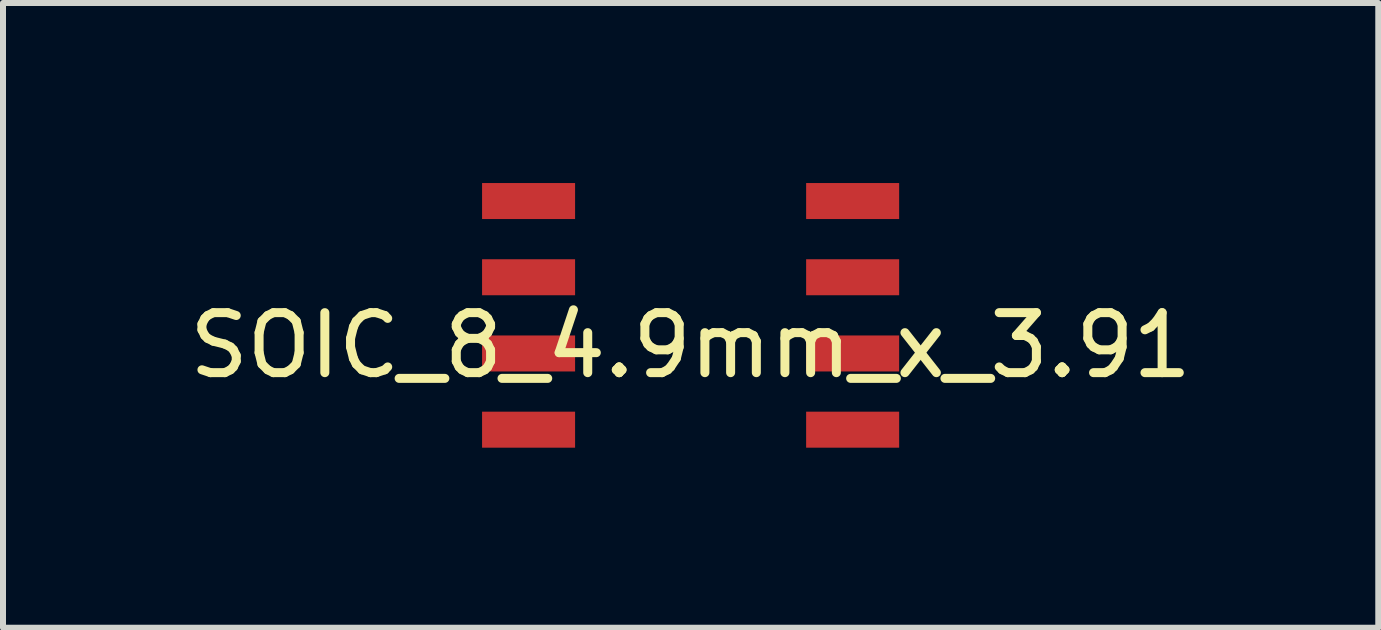
<source format=kicad_pcb>
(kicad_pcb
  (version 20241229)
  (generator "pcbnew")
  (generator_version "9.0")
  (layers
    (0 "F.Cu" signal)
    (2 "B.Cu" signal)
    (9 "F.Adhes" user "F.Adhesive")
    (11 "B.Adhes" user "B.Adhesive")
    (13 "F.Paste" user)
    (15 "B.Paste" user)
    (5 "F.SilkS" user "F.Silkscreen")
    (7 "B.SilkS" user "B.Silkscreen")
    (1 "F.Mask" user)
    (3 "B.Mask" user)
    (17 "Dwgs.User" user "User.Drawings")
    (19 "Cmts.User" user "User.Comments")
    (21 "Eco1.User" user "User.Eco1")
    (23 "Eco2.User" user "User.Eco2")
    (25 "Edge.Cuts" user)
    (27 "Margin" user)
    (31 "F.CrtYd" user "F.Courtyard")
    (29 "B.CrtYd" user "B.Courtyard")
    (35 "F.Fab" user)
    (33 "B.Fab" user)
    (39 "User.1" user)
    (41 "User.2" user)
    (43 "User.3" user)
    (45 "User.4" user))
  (footprint "SOIC_8_4.9mm_x_3.91"
    (layer "F.Cu")
    (at 8.458 2.205)
    (property "Reference" "SOIC_8_4.9mm_x_3.91" (at 0 0.5 0) (layer "F.SilkS") (effects (font (size 1 1) (thickness 0.15))))
    (attr through_hole)
    (pad "1" smd rect (at -2.7 -1.905) (size 1.55 0.6) (layers "F.Cu" "F.Mask" "F.Paste"))
    (pad "2" smd rect (at -2.7 -0.635) (size 1.55 0.6) (layers "F.Cu" "F.Mask" "F.Paste"))
    (pad "3" smd rect (at -2.7 0.635) (size 1.55 0.6) (layers "F.Cu" "F.Mask" "F.Paste"))
    (pad "4" smd rect (at -2.7 1.905) (size 1.55 0.6) (layers "F.Cu" "F.Mask" "F.Paste"))
    (pad "5" smd rect (at 2.7 1.905) (size 1.55 0.6) (layers "F.Cu" "F.Mask" "F.Paste"))
    (pad "6" smd rect (at 2.7 0.635) (size 1.55 0.6) (layers "F.Cu" "F.Mask" "F.Paste"))
    (pad "7" smd rect (at 2.7 -0.635) (size 1.55 0.6) (layers "F.Cu" "F.Mask" "F.Paste"))
    (pad "8" smd rect (at 2.7 -1.905) (size 1.55 0.6) (layers "F.Cu" "F.Mask" "F.Paste")))
  (gr_rect
    (start -3 -3)
    (end 19.917 7.41)
    (stroke (width 0.1) (type default))
    (fill no)
    (layer "Edge.Cuts")))
</source>
